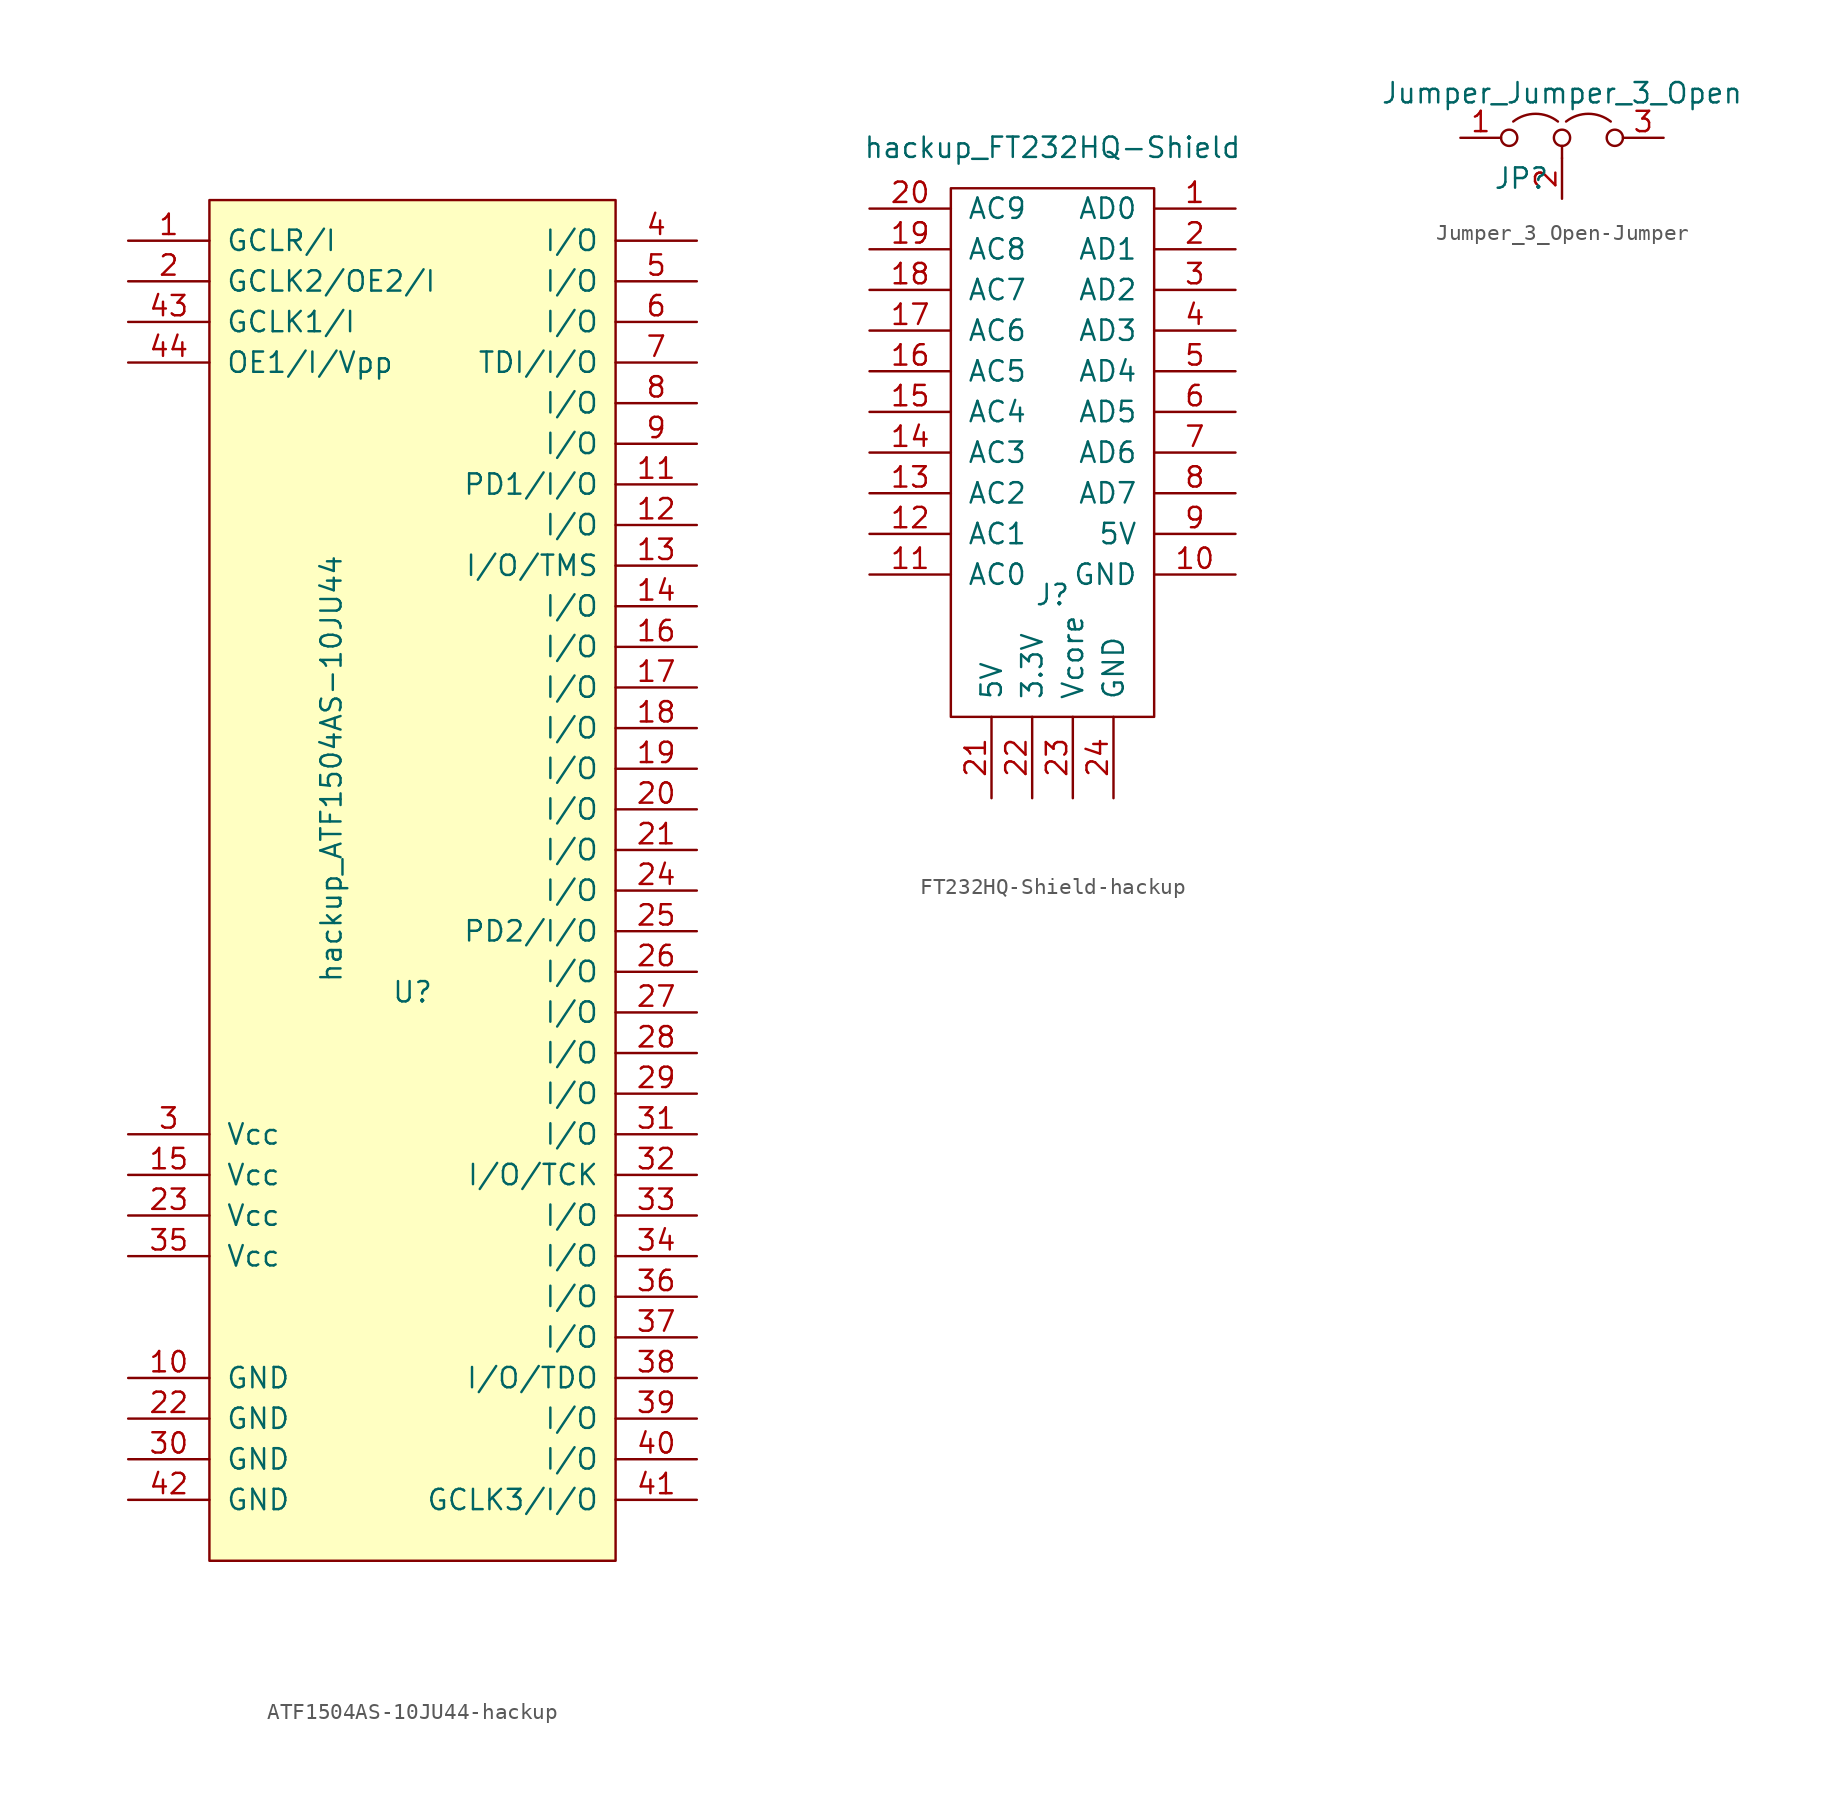
<source format=kicad_sym>
(kicad_symbol_lib
  (version 20241209)
  (generator "kicad_symbol_editor")
  (generator_version "9.0")
  (symbol "ATF1504AS-10JU44-hackup"
    (pin_names
      (offset 1.016))
    (property "Reference" "U"
      (at 0 0 0)
      (effects (font (size 1.27 1.27))))
    (property "Value" "hackup_ATF1504AS-10JU44"
      (at -5.08 13.97 90)
      (effects (font (size 1.27 1.27))))
    (symbol "ATF1504AS-10JU44-hackup_0_1"
      (rectangle (start 12.7 49.53) (end -12.7 -35.56) (stroke (width 0) (type solid)) (fill (type background))))
    (symbol "ATF1504AS-10JU44-hackup_1_1"
      (pin input line (at -17.78 46.99 0) (length 5.08) (name "GCLR/I" (effects (font (size 1.27 1.27)))) (number "1" (effects (font (size 1.27 1.27)))))
      (pin input line (at -17.78 44.45 0) (length 5.08) (name "GCLK2/OE2/I" (effects (font (size 1.27 1.27)))) (number "2" (effects (font (size 1.27 1.27)))))
      (pin input line (at -17.78 41.91 0) (length 5.08) (name "GCLK1/I" (effects (font (size 1.27 1.27)))) (number "43" (effects (font (size 1.27 1.27)))))
      (pin input line (at -17.78 39.37 0) (length 5.08) (name "OE1/I/Vpp" (effects (font (size 1.27 1.27)))) (number "44" (effects (font (size 1.27 1.27)))))
      (pin power_in line (at -17.78 -8.89 0) (length 5.08) (name "Vcc" (effects (font (size 1.27 1.27)))) (number "3" (effects (font (size 1.27 1.27)))))
      (pin power_in line (at -17.78 -11.43 0) (length 5.08) (name "Vcc" (effects (font (size 1.27 1.27)))) (number "15" (effects (font (size 1.27 1.27)))))
      (pin power_in line (at -17.78 -13.97 0) (length 5.08) (name "Vcc" (effects (font (size 1.27 1.27)))) (number "23" (effects (font (size 1.27 1.27)))))
      (pin power_in line (at -17.78 -16.51 0) (length 5.08) (name "Vcc" (effects (font (size 1.27 1.27)))) (number "35" (effects (font (size 1.27 1.27)))))
      (pin power_in line (at -17.78 -24.13 0) (length 5.08) (name "GND" (effects (font (size 1.27 1.27)))) (number "10" (effects (font (size 1.27 1.27)))))
      (pin power_in line (at -17.78 -26.67 0) (length 5.08) (name "GND" (effects (font (size 1.27 1.27)))) (number "22" (effects (font (size 1.27 1.27)))))
      (pin power_in line (at -17.78 -29.21 0) (length 5.08) (name "GND" (effects (font (size 1.27 1.27)))) (number "30" (effects (font (size 1.27 1.27)))))
      (pin power_in line (at -17.78 -31.75 0) (length 5.08) (name "GND" (effects (font (size 1.27 1.27)))) (number "42" (effects (font (size 1.27 1.27)))))
      (pin bidirectional line (at 17.78 46.99 180) (length 5.08) (name "I/O" (effects (font (size 1.27 1.27)))) (number "4" (effects (font (size 1.27 1.27)))))
      (pin bidirectional line (at 17.78 44.45 180) (length 5.08) (name "I/O" (effects (font (size 1.27 1.27)))) (number "5" (effects (font (size 1.27 1.27)))))
      (pin bidirectional line (at 17.78 41.91 180) (length 5.08) (name "I/O" (effects (font (size 1.27 1.27)))) (number "6" (effects (font (size 1.27 1.27)))))
      (pin bidirectional line (at 17.78 39.37 180) (length 5.08) (name "TDI/I/O" (effects (font (size 1.27 1.27)))) (number "7" (effects (font (size 1.27 1.27)))))
      (pin bidirectional line (at 17.78 36.83 180) (length 5.08) (name "I/O" (effects (font (size 1.27 1.27)))) (number "8" (effects (font (size 1.27 1.27)))))
      (pin bidirectional line (at 17.78 34.29 180) (length 5.08) (name "I/O" (effects (font (size 1.27 1.27)))) (number "9" (effects (font (size 1.27 1.27)))))
      (pin bidirectional line (at 17.78 31.75 180) (length 5.08) (name "PD1/I/O" (effects (font (size 1.27 1.27)))) (number "11" (effects (font (size 1.27 1.27)))))
      (pin bidirectional line (at 17.78 29.21 180) (length 5.08) (name "I/O" (effects (font (size 1.27 1.27)))) (number "12" (effects (font (size 1.27 1.27)))))
      (pin bidirectional line (at 17.78 26.67 180) (length 5.08) (name "I/O/TMS" (effects (font (size 1.27 1.27)))) (number "13" (effects (font (size 1.27 1.27)))))
      (pin bidirectional line (at 17.78 24.13 180) (length 5.08) (name "I/O" (effects (font (size 1.27 1.27)))) (number "14" (effects (font (size 1.27 1.27)))))
      (pin bidirectional line (at 17.78 21.59 180) (length 5.08) (name "I/O" (effects (font (size 1.27 1.27)))) (number "16" (effects (font (size 1.27 1.27)))))
      (pin bidirectional line (at 17.78 19.05 180) (length 5.08) (name "I/O" (effects (font (size 1.27 1.27)))) (number "17" (effects (font (size 1.27 1.27)))))
      (pin bidirectional line (at 17.78 16.51 180) (length 5.08) (name "I/O" (effects (font (size 1.27 1.27)))) (number "18" (effects (font (size 1.27 1.27)))))
      (pin bidirectional line (at 17.78 13.97 180) (length 5.08) (name "I/O" (effects (font (size 1.27 1.27)))) (number "19" (effects (font (size 1.27 1.27)))))
      (pin bidirectional line (at 17.78 11.43 180) (length 5.08) (name "I/O" (effects (font (size 1.27 1.27)))) (number "20" (effects (font (size 1.27 1.27)))))
      (pin bidirectional line (at 17.78 8.89 180) (length 5.08) (name "I/O" (effects (font (size 1.27 1.27)))) (number "21" (effects (font (size 1.27 1.27)))))
      (pin bidirectional line (at 17.78 6.35 180) (length 5.08) (name "I/O" (effects (font (size 1.27 1.27)))) (number "24" (effects (font (size 1.27 1.27)))))
      (pin bidirectional line (at 17.78 3.81 180) (length 5.08) (name "PD2/I/O" (effects (font (size 1.27 1.27)))) (number "25" (effects (font (size 1.27 1.27)))))
      (pin bidirectional line (at 17.78 1.27 180) (length 5.08) (name "I/O" (effects (font (size 1.27 1.27)))) (number "26" (effects (font (size 1.27 1.27)))))
      (pin bidirectional line (at 17.78 -1.27 180) (length 5.08) (name "I/O" (effects (font (size 1.27 1.27)))) (number "27" (effects (font (size 1.27 1.27)))))
      (pin bidirectional line (at 17.78 -3.81 180) (length 5.08) (name "I/O" (effects (font (size 1.27 1.27)))) (number "28" (effects (font (size 1.27 1.27)))))
      (pin bidirectional line (at 17.78 -6.35 180) (length 5.08) (name "I/O" (effects (font (size 1.27 1.27)))) (number "29" (effects (font (size 1.27 1.27)))))
      (pin bidirectional line (at 17.78 -8.89 180) (length 5.08) (name "I/O" (effects (font (size 1.27 1.27)))) (number "31" (effects (font (size 1.27 1.27)))))
      (pin bidirectional line (at 17.78 -11.43 180) (length 5.08) (name "I/O/TCK" (effects (font (size 1.27 1.27)))) (number "32" (effects (font (size 1.27 1.27)))))
      (pin bidirectional line (at 17.78 -13.97 180) (length 5.08) (name "I/O" (effects (font (size 1.27 1.27)))) (number "33" (effects (font (size 1.27 1.27)))))
      (pin bidirectional line (at 17.78 -16.51 180) (length 5.08) (name "I/O" (effects (font (size 1.27 1.27)))) (number "34" (effects (font (size 1.27 1.27)))))
      (pin bidirectional line (at 17.78 -19.05 180) (length 5.08) (name "I/O" (effects (font (size 1.27 1.27)))) (number "36" (effects (font (size 1.27 1.27)))))
      (pin bidirectional line (at 17.78 -21.59 180) (length 5.08) (name "I/O" (effects (font (size 1.27 1.27)))) (number "37" (effects (font (size 1.27 1.27)))))
      (pin bidirectional line (at 17.78 -24.13 180) (length 5.08) (name "I/O/TDO" (effects (font (size 1.27 1.27)))) (number "38" (effects (font (size 1.27 1.27)))))
      (pin bidirectional line (at 17.78 -26.67 180) (length 5.08) (name "I/O" (effects (font (size 1.27 1.27)))) (number "39" (effects (font (size 1.27 1.27)))))
      (pin bidirectional line (at 17.78 -29.21 180) (length 5.08) (name "I/O" (effects (font (size 1.27 1.27)))) (number "40" (effects (font (size 1.27 1.27)))))
      (pin bidirectional line (at 17.78 -31.75 180) (length 5.08) (name "GCLK3/I/O" (effects (font (size 1.27 1.27)))) (number "41" (effects (font (size 1.27 1.27)))))))
  (symbol "FT232HQ-Shield-hackup"
    (pin_names
      (offset 1.016))
    (property "Reference" "J"
      (at 0 1.27 0)
      (effects (font (size 1.27 1.27))))
    (property "Value" "hackup_FT232HQ-Shield"
      (at 0 29.21 0)
      (effects (font (size 1.27 1.27))))
    (symbol "FT232HQ-Shield-hackup_0_1"
      (rectangle (start -6.35 26.67) (end 6.35 -6.35) (stroke (width 0) (type solid)) (fill (type none))))
    (symbol "FT232HQ-Shield-hackup_1_1"
      (pin bidirectional line (at -11.43 25.4 0) (length 5.08) (name "AC9" (effects (font (size 1.27 1.27)))) (number "20" (effects (font (size 1.27 1.27)))))
      (pin bidirectional line (at -11.43 22.86 0) (length 5.08) (name "AC8" (effects (font (size 1.27 1.27)))) (number "19" (effects (font (size 1.27 1.27)))))
      (pin bidirectional line (at -11.43 20.32 0) (length 5.08) (name "AC7" (effects (font (size 1.27 1.27)))) (number "18" (effects (font (size 1.27 1.27)))))
      (pin bidirectional line (at -11.43 17.78 0) (length 5.08) (name "AC6" (effects (font (size 1.27 1.27)))) (number "17" (effects (font (size 1.27 1.27)))))
      (pin bidirectional line (at -11.43 15.24 0) (length 5.08) (name "AC5" (effects (font (size 1.27 1.27)))) (number "16" (effects (font (size 1.27 1.27)))))
      (pin bidirectional line (at -11.43 12.7 0) (length 5.08) (name "AC4" (effects (font (size 1.27 1.27)))) (number "15" (effects (font (size 1.27 1.27)))))
      (pin bidirectional line (at -11.43 10.16 0) (length 5.08) (name "AC3" (effects (font (size 1.27 1.27)))) (number "14" (effects (font (size 1.27 1.27)))))
      (pin bidirectional line (at -11.43 7.62 0) (length 5.08) (name "AC2" (effects (font (size 1.27 1.27)))) (number "13" (effects (font (size 1.27 1.27)))))
      (pin bidirectional line (at -11.43 5.08 0) (length 5.08) (name "AC1" (effects (font (size 1.27 1.27)))) (number "12" (effects (font (size 1.27 1.27)))))
      (pin bidirectional line (at -11.43 2.54 0) (length 5.08) (name "AC0" (effects (font (size 1.27 1.27)))) (number "11" (effects (font (size 1.27 1.27)))))
      (pin power_out line (at -3.81 -11.43 90) (length 5.08) (name "5V" (effects (font (size 1.27 1.27)))) (number "21" (effects (font (size 1.27 1.27)))))
      (pin power_out line (at -1.27 -11.43 90) (length 5.08) (name "3.3V" (effects (font (size 1.27 1.27)))) (number "22" (effects (font (size 1.27 1.27)))))
      (pin power_out line (at 1.27 -11.43 90) (length 5.08) (name "Vcore" (effects (font (size 1.27 1.27)))) (number "23" (effects (font (size 1.27 1.27)))))
      (pin power_out line (at 3.81 -11.43 90) (length 5.08) (name "GND" (effects (font (size 1.27 1.27)))) (number "24" (effects (font (size 1.27 1.27)))))
      (pin bidirectional line (at 11.43 25.4 180) (length 5.08) (name "AD0" (effects (font (size 1.27 1.27)))) (number "1" (effects (font (size 1.27 1.27)))))
      (pin bidirectional line (at 11.43 22.86 180) (length 5.08) (name "AD1" (effects (font (size 1.27 1.27)))) (number "2" (effects (font (size 1.27 1.27)))))
      (pin bidirectional line (at 11.43 20.32 180) (length 5.08) (name "AD2" (effects (font (size 1.27 1.27)))) (number "3" (effects (font (size 1.27 1.27)))))
      (pin bidirectional line (at 11.43 17.78 180) (length 5.08) (name "AD3" (effects (font (size 1.27 1.27)))) (number "4" (effects (font (size 1.27 1.27)))))
      (pin bidirectional line (at 11.43 15.24 180) (length 5.08) (name "AD4" (effects (font (size 1.27 1.27)))) (number "5" (effects (font (size 1.27 1.27)))))
      (pin bidirectional line (at 11.43 12.7 180) (length 5.08) (name "AD5" (effects (font (size 1.27 1.27)))) (number "6" (effects (font (size 1.27 1.27)))))
      (pin bidirectional line (at 11.43 10.16 180) (length 5.08) (name "AD6" (effects (font (size 1.27 1.27)))) (number "7" (effects (font (size 1.27 1.27)))))
      (pin bidirectional line (at 11.43 7.62 180) (length 5.08) (name "AD7" (effects (font (size 1.27 1.27)))) (number "8" (effects (font (size 1.27 1.27)))))
      (pin power_out line (at 11.43 5.08 180) (length 5.08) (name "5V" (effects (font (size 1.27 1.27)))) (number "9" (effects (font (size 1.27 1.27)))))
      (pin power_out line (at 11.43 2.54 180) (length 5.08) (name "GND" (effects (font (size 1.27 1.27)))) (number "10" (effects (font (size 1.27 1.27)))))))
  (symbol "Jumper_3_Open-Jumper"
    (pin_names
      (offset 0)
      (hide yes))
    (property "Reference" "JP"
      (at -2.54 -2.54 0)
      (effects (font (size 1.27 1.27))))
    (property "Value" "Jumper_Jumper_3_Open"
      (at 0 2.794 0)
      (effects (font (size 1.27 1.27))))
    (symbol "Jumper_3_Open-Jumper_0_0"
      (circle (center -3.302 0) (radius 0.508) (stroke (width 0) (type solid)) (fill (type none)))
      (circle (center 0 0) (radius 0.508) (stroke (width 0) (type solid)) (fill (type none)))
      (circle (center 3.302 0) (radius 0.508) (stroke (width 0) (type solid)) (fill (type none))))
    (symbol "Jumper_3_Open-Jumper_0_1"
      (arc (start -3.048 1.016) (mid -1.651 1.4992) (end -0.254 1.016) (stroke (width 0) (type solid)) (fill (type none)))
      (polyline (pts (xy 0 -0.508) (xy 0 -1.27)) (stroke (width 0) (type solid)) (fill (type none)))
      (arc (start 0.254 1.016) (mid 1.651 1.4992) (end 3.048 1.016) (stroke (width 0) (type solid)) (fill (type none))))
    (symbol "Jumper_3_Open-Jumper_1_1"
      (pin passive line (at -6.35 0 0) (length 2.54) (name "A" (effects (font (size 1.27 1.27)))) (number "1" (effects (font (size 1.27 1.27)))))
      (pin input line (at 0 -3.81 90) (length 2.54) (name "C" (effects (font (size 1.27 1.27)))) (number "2" (effects (font (size 1.27 1.27)))))
      (pin passive line (at 6.35 0 180) (length 2.54) (name "B" (effects (font (size 1.27 1.27)))) (number "3" (effects (font (size 1.27 1.27))))))))
</source>
